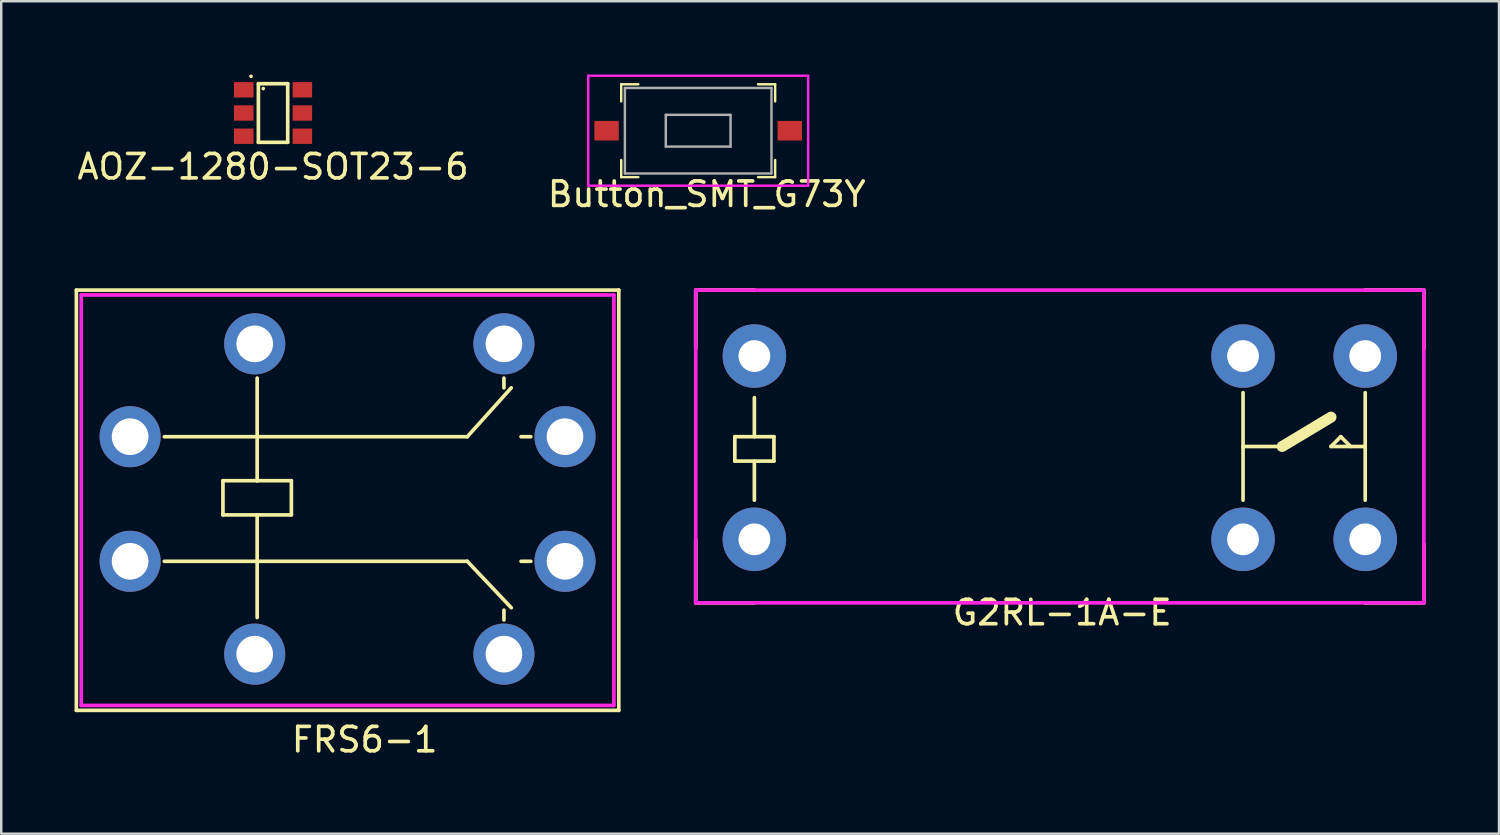
<source format=kicad_pcb>
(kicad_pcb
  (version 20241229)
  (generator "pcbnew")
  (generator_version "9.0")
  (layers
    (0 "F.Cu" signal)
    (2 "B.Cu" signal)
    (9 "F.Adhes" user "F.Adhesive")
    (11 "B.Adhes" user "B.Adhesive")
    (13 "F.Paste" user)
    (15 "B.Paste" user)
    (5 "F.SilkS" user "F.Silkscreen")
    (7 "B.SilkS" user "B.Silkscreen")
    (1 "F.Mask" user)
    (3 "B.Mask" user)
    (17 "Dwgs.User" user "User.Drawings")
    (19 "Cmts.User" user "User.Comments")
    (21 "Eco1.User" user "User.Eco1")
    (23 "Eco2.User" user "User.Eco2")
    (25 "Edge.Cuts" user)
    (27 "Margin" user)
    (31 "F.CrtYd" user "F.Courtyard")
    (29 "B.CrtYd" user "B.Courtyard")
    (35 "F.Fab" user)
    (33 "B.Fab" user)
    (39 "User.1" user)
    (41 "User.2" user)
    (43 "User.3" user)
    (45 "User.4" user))
  (footprint "AOZ-1280-SOT23-6"
    (layer "F.Cu")
    (at 8.125 1.575)
    (property "Reference" "AOZ-1280-SOT23-6" (at 0 2.2 0) (layer "F.SilkS") (effects (font (size 1 1) (thickness 0.15))))
    (attr through_hole)
    (fp_line (start -0.9 -1.5) (end -0.9 -1.5) (stroke (width 0.15) (type solid)) (layer "F.SilkS"))
    (fp_line (start -0.6 -1.2) (end -0.6 1.2) (stroke (width 0.15) (type solid)) (layer "F.SilkS"))
    (fp_line (start -0.6 1.2) (end 0.6 1.2) (stroke (width 0.15) (type solid)) (layer "F.SilkS"))
    (fp_line (start -0.4 -1) (end -0.4 -1) (stroke (width 0.15) (type solid)) (layer "F.SilkS"))
    (fp_line (start 0.6 -1.2) (end -0.6 -1.2) (stroke (width 0.15) (type solid)) (layer "F.SilkS"))
    (fp_line (start 0.6 1.2) (end 0.6 -1.2) (stroke (width 0.15) (type solid)) (layer "F.SilkS"))
    (pad "1" smd rect (at -1.2 -0.95) (size 0.8 0.63) (layers "F.Cu" "F.Mask" "F.Paste"))
    (pad "2" smd rect (at -1.2 0) (size 0.8 0.63) (layers "F.Cu" "F.Mask" "F.Paste"))
    (pad "3" smd rect (at -1.2 0.95) (size 0.8 0.63) (layers "F.Cu" "F.Mask" "F.Paste"))
    (pad "4" smd rect (at 1.2 0.95) (size 0.8 0.63) (layers "F.Cu" "F.Mask" "F.Paste"))
    (pad "5" smd rect (at 1.2 0) (size 0.8 0.63) (layers "F.Cu" "F.Mask" "F.Paste"))
    (pad "6" smd rect (at 1.2 -0.95) (size 0.8 0.63) (layers "F.Cu" "F.Mask" "F.Paste")))
  (footprint "Button_SMT_G73Y"
    (layer "F.Cu")
    (at 21.275 2.3)
    (property "Reference" "Button_SMT_G73Y" (at 4.6 2.6 0) (layer "F.SilkS") (effects (font (size 1 1) (thickness 0.15))))
    (attr through_hole)
    (fp_line (start 1.1 -1.9) (end 1.1 -1.2) (stroke (width 0.1) (type solid)) (layer "F.SilkS"))
    (fp_line (start 1.1 1.2) (end 1.1 1.9) (stroke (width 0.1) (type solid)) (layer "F.SilkS"))
    (fp_line (start 1.8 -1.9) (end 1.1 -1.9) (stroke (width 0.1) (type solid)) (layer "F.SilkS"))
    (fp_line (start 1.8 1.9) (end 1.1 1.9) (stroke (width 0.1) (type solid)) (layer "F.SilkS"))
    (fp_line (start 7.4 -1.9) (end 6.7 -1.9) (stroke (width 0.1) (type solid)) (layer "F.SilkS"))
    (fp_line (start 7.4 -1.9) (end 7.4 -1.2) (stroke (width 0.1) (type solid)) (layer "F.SilkS"))
    (fp_line (start 7.4 1.9) (end 6.7 1.9) (stroke (width 0.1) (type solid)) (layer "F.SilkS"))
    (fp_line (start 7.4 1.9) (end 7.4 1.2) (stroke (width 0.1) (type solid)) (layer "F.SilkS"))
    (fp_line (start -0.25 2.25) (end -0.25 -2.25) (stroke (width 0.1) (type solid)) (layer "F.CrtYd"))
    (fp_line (start 8.75 -2.25) (end -0.25 -2.25) (stroke (width 0.1) (type solid)) (layer "F.CrtYd"))
    (fp_line (start 8.75 2.25) (end -0.25 2.25) (stroke (width 0.1) (type solid)) (layer "F.CrtYd"))
    (fp_line (start 8.75 2.25) (end 8.75 -2.25) (stroke (width 0.1) (type solid)) (layer "F.CrtYd"))
    (fp_line (start 1.25 -1.75) (end 7.25 -1.75) (stroke (width 0.1) (type solid)) (layer "F.Fab"))
    (fp_line (start 1.25 1.75) (end 1.25 -1.75) (stroke (width 0.1) (type solid)) (layer "F.Fab"))
    (fp_line (start 2.925 -0.65) (end 2.925 0.65) (stroke (width 0.1) (type solid)) (layer "F.Fab"))
    (fp_line (start 2.925 -0.65) (end 5.575 -0.65) (stroke (width 0.1) (type solid)) (layer "F.Fab"))
    (fp_line (start 2.925 0.65) (end 5.575 0.65) (stroke (width 0.1) (type solid)) (layer "F.Fab"))
    (fp_line (start 5.575 -0.65) (end 5.575 0.65) (stroke (width 0.1) (type solid)) (layer "F.Fab"))
    (fp_line (start 7.25 -1.75) (end 7.25 1.75) (stroke (width 0.1) (type solid)) (layer "F.Fab"))
    (fp_line (start 7.25 1.75) (end 1.25 1.75) (stroke (width 0.1) (type solid)) (layer "F.Fab"))
    (pad "1" smd rect (at 0.5 0) (size 1 0.8) (layers "F.Cu" "F.Mask" "F.Paste"))
    (pad "2" smd rect (at 8 0) (size 1 0.8) (layers "F.Cu" "F.Mask" "F.Paste")))
  (footprint "FRS6-1"
    (layer "F.Cu")
    (at 2.275 14.823)
    (property "Reference" "FRS6-1" (at 9.6 12.4 0) (layer "F.SilkS") (effects (font (size 1 1) (thickness 0.15))))
    (attr through_hole)
    (fp_line (start -2.2 -6) (end 20 -6) (stroke (width 0.15) (type solid)) (layer "F.SilkS"))
    (fp_line (start -2.2 11.2) (end -2.2 -6) (stroke (width 0.15) (type solid)) (layer "F.SilkS"))
    (fp_line (start 1.4 0) (end 13.8 0) (stroke (width 0.15) (type solid)) (layer "F.SilkS"))
    (fp_line (start 1.4 5.1) (end 13.8 5.1) (stroke (width 0.15) (type solid)) (layer "F.SilkS"))
    (fp_line (start 3.8 1.8) (end 5.2 1.8) (stroke (width 0.15) (type solid)) (layer "F.SilkS"))
    (fp_line (start 3.8 3.2) (end 3.8 1.8) (stroke (width 0.15) (type solid)) (layer "F.SilkS"))
    (fp_line (start 5.2 1.8) (end 5.2 -2.4) (stroke (width 0.15) (type solid)) (layer "F.SilkS"))
    (fp_line (start 5.2 1.8) (end 6.6 1.8) (stroke (width 0.15) (type solid)) (layer "F.SilkS"))
    (fp_line (start 5.2 3.2) (end 3.8 3.2) (stroke (width 0.15) (type solid)) (layer "F.SilkS"))
    (fp_line (start 5.2 3.2) (end 5.2 7.4) (stroke (width 0.15) (type solid)) (layer "F.SilkS"))
    (fp_line (start 6.6 1.8) (end 6.6 3.2) (stroke (width 0.15) (type solid)) (layer "F.SilkS"))
    (fp_line (start 6.6 3.2) (end 5.2 3.2) (stroke (width 0.15) (type solid)) (layer "F.SilkS"))
    (fp_line (start 13.8 0) (end 15.6 -2) (stroke (width 0.15) (type solid)) (layer "F.SilkS"))
    (fp_line (start 13.8 5.1) (end 15.6 7) (stroke (width 0.15) (type solid)) (layer "F.SilkS"))
    (fp_line (start 15.3 -2.4) (end 15.3 -2) (stroke (width 0.15) (type solid)) (layer "F.SilkS"))
    (fp_line (start 15.3 7.5) (end 15.3 7.1) (stroke (width 0.15) (type solid)) (layer "F.SilkS"))
    (fp_line (start 16.4 0) (end 16 0) (stroke (width 0.15) (type solid)) (layer "F.SilkS"))
    (fp_line (start 16.4 5.1) (end 16 5.1) (stroke (width 0.15) (type solid)) (layer "F.SilkS"))
    (fp_line (start 20 -6) (end 20 11.2) (stroke (width 0.15) (type solid)) (layer "F.SilkS"))
    (fp_line (start 20 11.2) (end -2.2 11.2) (stroke (width 0.15) (type solid)) (layer "F.SilkS"))
    (fp_line (start -2 -5.8) (end 19.8 -5.8) (stroke (width 0.15) (type solid)) (layer "F.CrtYd"))
    (fp_line (start -2 11) (end -2 -5.8) (stroke (width 0.15) (type solid)) (layer "F.CrtYd"))
    (fp_line (start 19.8 -5.8) (end 19.8 11) (stroke (width 0.15) (type solid)) (layer "F.CrtYd"))
    (fp_line (start 19.8 11) (end -2 11) (stroke (width 0.15) (type solid)) (layer "F.CrtYd"))
    (pad "1" thru_hole circle (at 5.1 -3.8) (size 2.5 2.5) (drill 1.5) (layers "*.Cu" "*.Mask"))
    (pad "2" thru_hole circle (at 0 0) (size 2.5 2.5) (drill 1.5) (layers "*.Cu" "*.Mask"))
    (pad "3" thru_hole circle (at 0 5.1) (size 2.5 2.5) (drill 1.5) (layers "*.Cu" "*.Mask"))
    (pad "4" thru_hole circle (at 5.1 8.9) (size 2.5 2.5) (drill 1.5) (layers "*.Cu" "*.Mask"))
    (pad "5" thru_hole circle (at 15.3 8.9) (size 2.5 2.5) (drill 1.5) (layers "*.Cu" "*.Mask"))
    (pad "6" thru_hole circle (at 17.8 5.1) (size 2.5 2.5) (drill 1.5) (layers "*.Cu" "*.Mask"))
    (pad "7" thru_hole circle (at 17.8 0) (size 2.5 2.5) (drill 1.5) (layers "*.Cu" "*.Mask"))
    (pad "8" thru_hole circle (at 15.3 -3.8) (size 2.5 2.5) (drill 1.5) (layers "*.Cu" "*.Mask")))
  (footprint "G2RL-1A-E"
    (layer "F.Cu")
    (at 27.825 19.023)
    (property "Reference" "G2RL-1A-E" (at 12.6 3 180) (layer "F.SilkS") (effects (font (size 1 1) (thickness 0.15))))
    (attr through_hole)
    (fp_line (start -2.4 -10.2) (end 0 -10.2) (stroke (width 0.15) (type solid)) (layer "F.SilkS"))
    (fp_line (start -2.4 -7.8) (end -2.4 -10.2) (stroke (width 0.15) (type solid)) (layer "F.SilkS"))
    (fp_line (start -2.4 0) (end -2.4 2.6) (stroke (width 0.15) (type solid)) (layer "F.SilkS"))
    (fp_line (start -2.4 2.6) (end 0 2.6) (stroke (width 0.15) (type solid)) (layer "F.SilkS"))
    (fp_line (start -0.8 -4.2) (end -0.8 -3.2) (stroke (width 0.15) (type solid)) (layer "F.SilkS"))
    (fp_line (start -0.8 -3.2) (end 0.8 -3.2) (stroke (width 0.15) (type solid)) (layer "F.SilkS"))
    (fp_line (start 0 -5.8) (end 0 -4.2) (stroke (width 0.15) (type solid)) (layer "F.SilkS"))
    (fp_line (start 0 -3.2) (end 0 -1.6) (stroke (width 0.15) (type solid)) (layer "F.SilkS"))
    (fp_line (start 0.8 -4.2) (end -0.8 -4.2) (stroke (width 0.15) (type solid)) (layer "F.SilkS"))
    (fp_line (start 0.8 -3.2) (end 0.8 -4.2) (stroke (width 0.15) (type solid)) (layer "F.SilkS"))
    (fp_line (start 20 -3.8) (end 21.6 -3.8) (stroke (width 0.15) (type solid)) (layer "F.SilkS"))
    (fp_line (start 20 -1.6) (end 20 -6) (stroke (width 0.15) (type solid)) (layer "F.SilkS"))
    (fp_line (start 21.6 -3.8) (end 23.6 -5) (stroke (width 0.45) (type solid)) (layer "F.SilkS"))
    (fp_line (start 23.6 -3.8) (end 24 -4.2) (stroke (width 0.15) (type solid)) (layer "F.SilkS"))
    (fp_line (start 24 -4.2) (end 24.4 -3.8) (stroke (width 0.15) (type solid)) (layer "F.SilkS"))
    (fp_line (start 25 -10.2) (end 27.4 -10.2) (stroke (width 0.15) (type solid)) (layer "F.SilkS"))
    (fp_line (start 25 -3.8) (end 23.6 -3.8) (stroke (width 0.15) (type solid)) (layer "F.SilkS"))
    (fp_line (start 25 -1.6) (end 25 -6) (stroke (width 0.15) (type solid)) (layer "F.SilkS"))
    (fp_line (start 25 2.6) (end 27.4 2.6) (stroke (width 0.15) (type solid)) (layer "F.SilkS"))
    (fp_line (start 27.4 -7.8) (end 27.4 -10.2) (stroke (width 0.15) (type solid)) (layer "F.SilkS"))
    (fp_line (start 27.4 2.6) (end 27.4 0.2) (stroke (width 0.15) (type solid)) (layer "F.SilkS"))
    (fp_line (start -2.4 -10.2) (end -2.4 2.6) (stroke (width 0.15) (type solid)) (layer "F.CrtYd"))
    (fp_line (start -2.4 -10.2) (end 27.4 -10.2) (stroke (width 0.15) (type solid)) (layer "F.CrtYd"))
    (fp_line (start -2.4 2.6) (end 27.4 2.6) (stroke (width 0.15) (type solid)) (layer "F.CrtYd"))
    (fp_line (start 27.4 -10.2) (end 27.4 2.6) (stroke (width 0.15) (type solid)) (layer "F.CrtYd"))
    (pad "1" thru_hole circle (at 0 0) (size 2.6 2.6) (drill 1.3) (layers "*.Cu" "*.Mask"))
    (pad "3" thru_hole circle (at 20 0) (size 2.6 2.6) (drill 1.3) (layers "*.Cu" "*.Mask"))
    (pad "4" thru_hole circle (at 25 0) (size 2.6 2.6) (drill 1.3) (layers "*.Cu" "*.Mask"))
    (pad "5" thru_hole circle (at 25 -7.5) (size 2.6 2.6) (drill 1.3) (layers "*.Cu" "*.Mask"))
    (pad "6" thru_hole circle (at 20 -7.5) (size 2.6 2.6) (drill 1.3) (layers "*.Cu" "*.Mask"))
    (pad "8" thru_hole circle (at 0 -7.5) (size 2.6 2.6) (drill 1.3) (layers "*.Cu" "*.Mask")))
  (gr_rect
    (start -3 -3)
    (end 58.3 31.072)
    (stroke (width 0.1) (type default))
    (fill no)
    (layer "Edge.Cuts")))
</source>
